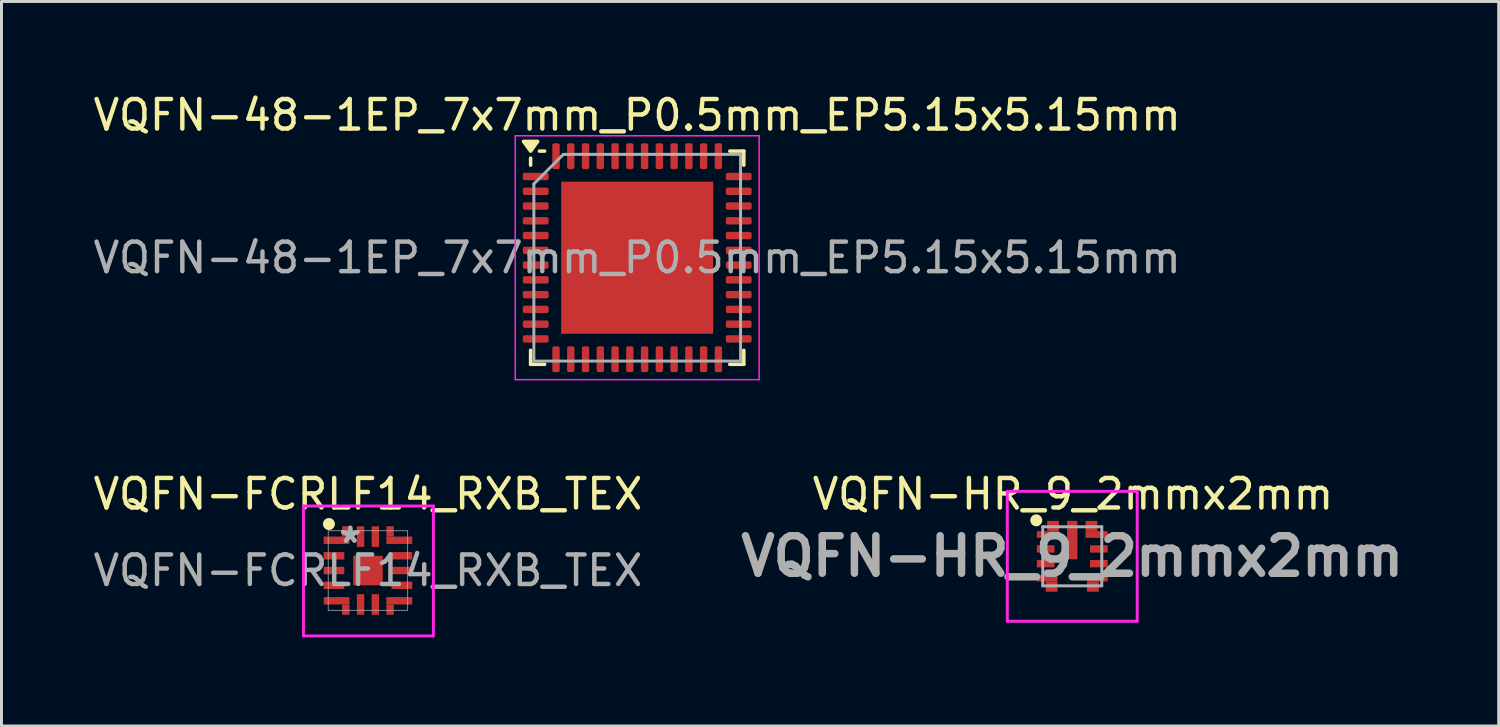
<source format=kicad_pcb>
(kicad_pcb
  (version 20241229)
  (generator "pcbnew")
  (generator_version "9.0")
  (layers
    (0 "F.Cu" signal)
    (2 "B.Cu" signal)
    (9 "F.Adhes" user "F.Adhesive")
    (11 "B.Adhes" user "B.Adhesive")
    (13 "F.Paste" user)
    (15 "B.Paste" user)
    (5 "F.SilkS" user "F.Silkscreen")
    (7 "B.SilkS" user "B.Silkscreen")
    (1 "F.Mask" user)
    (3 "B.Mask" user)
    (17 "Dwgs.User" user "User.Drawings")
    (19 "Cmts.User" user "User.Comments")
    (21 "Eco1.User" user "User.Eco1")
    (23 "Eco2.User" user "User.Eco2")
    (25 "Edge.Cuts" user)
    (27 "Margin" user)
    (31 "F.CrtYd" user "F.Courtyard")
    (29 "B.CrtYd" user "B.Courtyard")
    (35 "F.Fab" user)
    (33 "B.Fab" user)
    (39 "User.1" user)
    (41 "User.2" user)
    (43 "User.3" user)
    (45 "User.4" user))
  (footprint "VQFN-48-1EP_7x7mm_P0.5mm_EP5.15x5.15mm"
    (layer "F.Cu")
    (at 18.53 5.678)
    (property "Reference" "VQFN-48-1EP_7x7mm_P0.5mm_EP5.15x5.15mm" (at 0 -4.83 0) (layer "F.SilkS") (effects (font (size 1 1) (thickness 0.15))))
    (attr smd)
    (fp_line (start -3.61 -3.135) (end -3.61 -3.37) (stroke (width 0.12) (type solid)) (layer "F.SilkS"))
    (fp_line (start -3.61 3.61) (end -3.61 3.135) (stroke (width 0.12) (type solid)) (layer "F.SilkS"))
    (fp_line (start -3.135 -3.61) (end -3.31 -3.61) (stroke (width 0.12) (type solid)) (layer "F.SilkS"))
    (fp_line (start -3.135 3.61) (end -3.61 3.61) (stroke (width 0.12) (type solid)) (layer "F.SilkS"))
    (fp_line (start 3.135 -3.61) (end 3.61 -3.61) (stroke (width 0.12) (type solid)) (layer "F.SilkS"))
    (fp_line (start 3.135 3.61) (end 3.61 3.61) (stroke (width 0.12) (type solid)) (layer "F.SilkS"))
    (fp_line (start 3.61 -3.61) (end 3.61 -3.135) (stroke (width 0.12) (type solid)) (layer "F.SilkS"))
    (fp_line (start 3.61 3.61) (end 3.61 3.135) (stroke (width 0.12) (type solid)) (layer "F.SilkS"))
    (fp_poly (pts (xy -3.61 -3.61) (xy -3.85 -3.94) (xy -3.37 -3.94) (xy -3.61 -3.61)) (stroke (width 0.12) (type solid)) (fill yes) (layer "F.SilkS"))
    (fp_line (start -4.13 -4.13) (end -4.13 4.13) (stroke (width 0.05) (type solid)) (layer "F.CrtYd"))
    (fp_line (start -4.13 4.13) (end 4.13 4.13) (stroke (width 0.05) (type solid)) (layer "F.CrtYd"))
    (fp_line (start 4.13 -4.13) (end -4.13 -4.13) (stroke (width 0.05) (type solid)) (layer "F.CrtYd"))
    (fp_line (start 4.13 4.13) (end 4.13 -4.13) (stroke (width 0.05) (type solid)) (layer "F.CrtYd"))
    (fp_line (start -3.5 -2.5) (end -2.5 -3.5) (stroke (width 0.1) (type solid)) (layer "F.Fab"))
    (fp_line (start -3.5 3.5) (end -3.5 -2.5) (stroke (width 0.1) (type solid)) (layer "F.Fab"))
    (fp_line (start -2.5 -3.5) (end 3.5 -3.5) (stroke (width 0.1) (type solid)) (layer "F.Fab"))
    (fp_line (start 3.5 -3.5) (end 3.5 3.5) (stroke (width 0.1) (type solid)) (layer "F.Fab"))
    (fp_line (start 3.5 3.5) (end -3.5 3.5) (stroke (width 0.1) (type solid)) (layer "F.Fab"))
    (fp_text user "${REFERENCE}" (at 0 0 0) (layer "F.Fab") (effects (font (size 1 1) (thickness 0.15))))
    (pad "" smd roundrect (at -1.29 -1.29) (size 2.08 2.08) (layers "F.Paste") (roundrect_rratio 0.12))
    (pad "" smd roundrect (at -1.29 1.29) (size 2.08 2.08) (layers "F.Paste") (roundrect_rratio 0.12))
    (pad "" smd roundrect (at 1.29 -1.29) (size 2.08 2.08) (layers "F.Paste") (roundrect_rratio 0.12))
    (pad "" smd roundrect (at 1.29 1.29) (size 2.08 2.08) (layers "F.Paste") (roundrect_rratio 0.12))
    (pad "1" smd roundrect (at -3.438 -2.75) (size 0.875 0.25) (layers "F.Cu" "F.Mask" "F.Paste") (roundrect_rratio 0.25))
    (pad "2" smd roundrect (at -3.438 -2.25) (size 0.875 0.25) (layers "F.Cu" "F.Mask" "F.Paste") (roundrect_rratio 0.25))
    (pad "3" smd roundrect (at -3.438 -1.75) (size 0.875 0.25) (layers "F.Cu" "F.Mask" "F.Paste") (roundrect_rratio 0.25))
    (pad "4" smd roundrect (at -3.438 -1.25) (size 0.875 0.25) (layers "F.Cu" "F.Mask" "F.Paste") (roundrect_rratio 0.25))
    (pad "5" smd roundrect (at -3.438 -0.75) (size 0.875 0.25) (layers "F.Cu" "F.Mask" "F.Paste") (roundrect_rratio 0.25))
    (pad "6" smd roundrect (at -3.438 -0.25) (size 0.875 0.25) (layers "F.Cu" "F.Mask" "F.Paste") (roundrect_rratio 0.25))
    (pad "7" smd roundrect (at -3.438 0.25) (size 0.875 0.25) (layers "F.Cu" "F.Mask" "F.Paste") (roundrect_rratio 0.25))
    (pad "8" smd roundrect (at -3.438 0.75) (size 0.875 0.25) (layers "F.Cu" "F.Mask" "F.Paste") (roundrect_rratio 0.25))
    (pad "9" smd roundrect (at -3.438 1.25) (size 0.875 0.25) (layers "F.Cu" "F.Mask" "F.Paste") (roundrect_rratio 0.25))
    (pad "10" smd roundrect (at -3.438 1.75) (size 0.875 0.25) (layers "F.Cu" "F.Mask" "F.Paste") (roundrect_rratio 0.25))
    (pad "11" smd roundrect (at -3.438 2.25) (size 0.875 0.25) (layers "F.Cu" "F.Mask" "F.Paste") (roundrect_rratio 0.25))
    (pad "12" smd roundrect (at -3.438 2.75) (size 0.875 0.25) (layers "F.Cu" "F.Mask" "F.Paste") (roundrect_rratio 0.25))
    (pad "13" smd roundrect (at -2.75 3.438) (size 0.25 0.875) (layers "F.Cu" "F.Mask" "F.Paste") (roundrect_rratio 0.25))
    (pad "14" smd roundrect (at -2.25 3.438) (size 0.25 0.875) (layers "F.Cu" "F.Mask" "F.Paste") (roundrect_rratio 0.25))
    (pad "15" smd roundrect (at -1.75 3.438) (size 0.25 0.875) (layers "F.Cu" "F.Mask" "F.Paste") (roundrect_rratio 0.25))
    (pad "16" smd roundrect (at -1.25 3.438) (size 0.25 0.875) (layers "F.Cu" "F.Mask" "F.Paste") (roundrect_rratio 0.25))
    (pad "17" smd roundrect (at -0.75 3.438) (size 0.25 0.875) (layers "F.Cu" "F.Mask" "F.Paste") (roundrect_rratio 0.25))
    (pad "18" smd roundrect (at -0.25 3.438) (size 0.25 0.875) (layers "F.Cu" "F.Mask" "F.Paste") (roundrect_rratio 0.25))
    (pad "19" smd roundrect (at 0.25 3.438) (size 0.25 0.875) (layers "F.Cu" "F.Mask" "F.Paste") (roundrect_rratio 0.25))
    (pad "20" smd roundrect (at 0.75 3.438) (size 0.25 0.875) (layers "F.Cu" "F.Mask" "F.Paste") (roundrect_rratio 0.25))
    (pad "21" smd roundrect (at 1.25 3.438) (size 0.25 0.875) (layers "F.Cu" "F.Mask" "F.Paste") (roundrect_rratio 0.25))
    (pad "22" smd roundrect (at 1.75 3.438) (size 0.25 0.875) (layers "F.Cu" "F.Mask" "F.Paste") (roundrect_rratio 0.25))
    (pad "23" smd roundrect (at 2.25 3.438) (size 0.25 0.875) (layers "F.Cu" "F.Mask" "F.Paste") (roundrect_rratio 0.25))
    (pad "24" smd roundrect (at 2.75 3.438) (size 0.25 0.875) (layers "F.Cu" "F.Mask" "F.Paste") (roundrect_rratio 0.25))
    (pad "25" smd roundrect (at 3.438 2.75) (size 0.875 0.25) (layers "F.Cu" "F.Mask" "F.Paste") (roundrect_rratio 0.25))
    (pad "26" smd roundrect (at 3.438 2.25) (size 0.875 0.25) (layers "F.Cu" "F.Mask" "F.Paste") (roundrect_rratio 0.25))
    (pad "27" smd roundrect (at 3.438 1.75) (size 0.875 0.25) (layers "F.Cu" "F.Mask" "F.Paste") (roundrect_rratio 0.25))
    (pad "28" smd roundrect (at 3.438 1.25) (size 0.875 0.25) (layers "F.Cu" "F.Mask" "F.Paste") (roundrect_rratio 0.25))
    (pad "29" smd roundrect (at 3.438 0.75) (size 0.875 0.25) (layers "F.Cu" "F.Mask" "F.Paste") (roundrect_rratio 0.25))
    (pad "30" smd roundrect (at 3.438 0.25) (size 0.875 0.25) (layers "F.Cu" "F.Mask" "F.Paste") (roundrect_rratio 0.25))
    (pad "31" smd roundrect (at 3.438 -0.25) (size 0.875 0.25) (layers "F.Cu" "F.Mask" "F.Paste") (roundrect_rratio 0.25))
    (pad "32" smd roundrect (at 3.438 -0.75) (size 0.875 0.25) (layers "F.Cu" "F.Mask" "F.Paste") (roundrect_rratio 0.25))
    (pad "33" smd roundrect (at 3.438 -1.25) (size 0.875 0.25) (layers "F.Cu" "F.Mask" "F.Paste") (roundrect_rratio 0.25))
    (pad "34" smd roundrect (at 3.438 -1.75) (size 0.875 0.25) (layers "F.Cu" "F.Mask" "F.Paste") (roundrect_rratio 0.25))
    (pad "35" smd roundrect (at 3.438 -2.25) (size 0.875 0.25) (layers "F.Cu" "F.Mask" "F.Paste") (roundrect_rratio 0.25))
    (pad "36" smd roundrect (at 3.438 -2.75) (size 0.875 0.25) (layers "F.Cu" "F.Mask" "F.Paste") (roundrect_rratio 0.25))
    (pad "37" smd roundrect (at 2.75 -3.438) (size 0.25 0.875) (layers "F.Cu" "F.Mask" "F.Paste") (roundrect_rratio 0.25))
    (pad "38" smd roundrect (at 2.25 -3.438) (size 0.25 0.875) (layers "F.Cu" "F.Mask" "F.Paste") (roundrect_rratio 0.25))
    (pad "39" smd roundrect (at 1.75 -3.438) (size 0.25 0.875) (layers "F.Cu" "F.Mask" "F.Paste") (roundrect_rratio 0.25))
    (pad "40" smd roundrect (at 1.25 -3.438) (size 0.25 0.875) (layers "F.Cu" "F.Mask" "F.Paste") (roundrect_rratio 0.25))
    (pad "41" smd roundrect (at 0.75 -3.438) (size 0.25 0.875) (layers "F.Cu" "F.Mask" "F.Paste") (roundrect_rratio 0.25))
    (pad "42" smd roundrect (at 0.25 -3.438) (size 0.25 0.875) (layers "F.Cu" "F.Mask" "F.Paste") (roundrect_rratio 0.25))
    (pad "43" smd roundrect (at -0.25 -3.438) (size 0.25 0.875) (layers "F.Cu" "F.Mask" "F.Paste") (roundrect_rratio 0.25))
    (pad "44" smd roundrect (at -0.75 -3.438) (size 0.25 0.875) (layers "F.Cu" "F.Mask" "F.Paste") (roundrect_rratio 0.25))
    (pad "45" smd roundrect (at -1.25 -3.438) (size 0.25 0.875) (layers "F.Cu" "F.Mask" "F.Paste") (roundrect_rratio 0.25))
    (pad "46" smd roundrect (at -1.75 -3.438) (size 0.25 0.875) (layers "F.Cu" "F.Mask" "F.Paste") (roundrect_rratio 0.25))
    (pad "47" smd roundrect (at -2.25 -3.438) (size 0.25 0.875) (layers "F.Cu" "F.Mask" "F.Paste") (roundrect_rratio 0.25))
    (pad "48" smd roundrect (at -2.75 -3.438) (size 0.25 0.875) (layers "F.Cu" "F.Mask" "F.Paste") (roundrect_rratio 0.25))
    (pad "49" smd rect (at 0 0) (size 5.15 5.15) (property pad_prop_heatsink) (layers "F.Cu" "F.Mask")))
  (footprint "VQFN-HR_9_2mmx2mm"
    (layer "F.Cu")
    (at 33.264 15.79)
    (property "Reference" "VQFN-HR_9_2mmx2mm" (at 0.025 -2.108 0) (layer "F.SilkS") (effects (font (size 1 1) (thickness 0.15))))
    (attr smd)
    (fp_circle (center -1.219 -1.219) (end -1.067 -1.219) (stroke (width 0.1) (type solid)) (fill yes) (layer "F.SilkS"))
    (fp_line (start -2.2 -2.2) (end 2.2 -2.2) (stroke (width 0.1) (type solid)) (layer "F.CrtYd"))
    (fp_line (start -2.2 2.199) (end -2.2 -2.2) (stroke (width 0.1) (type solid)) (layer "F.CrtYd"))
    (fp_line (start 2.2 -2.2) (end 2.2 2.199) (stroke (width 0.1) (type solid)) (layer "F.CrtYd"))
    (fp_line (start 2.2 2.199) (end -2.2 2.199) (stroke (width 0.1) (type solid)) (layer "F.CrtYd"))
    (fp_line (start -1 -1) (end -1 1) (stroke (width 0.1) (type solid)) (layer "F.Fab"))
    (fp_line (start -1 1) (end 1 1) (stroke (width 0.1) (type solid)) (layer "F.Fab"))
    (fp_line (start 1 -1) (end -1 -1) (stroke (width 0.1) (type solid)) (layer "F.Fab"))
    (fp_line (start 1 1) (end 1 -1) (stroke (width 0.1) (type solid)) (layer "F.Fab"))
    (fp_text user "${REFERENCE}" (at 0 -0.001 0) (layer "F.Fab") (effects (font (size 1.27 1.27) (thickness 0.254))))
    (pad "1" smd rect (at -0.825 -0.738 90) (size 0.225 0.75) (layers "F.Cu" "F.Mask" "F.Paste"))
    (pad "1" smd rect (at -0.65 -1.024 90) (size 0.35 0.4) (layers "F.Cu" "F.Mask" "F.Paste"))
    (pad "2" smd rect (at -0.9 -0.25 90) (size 0.25 0.6) (layers "F.Cu" "F.Mask" "F.Paste"))
    (pad "3" smd rect (at -0.9 0.25 90) (size 0.25 0.6) (layers "F.Cu" "F.Mask" "F.Paste"))
    (pad "4" smd rect (at -0.85 0.738 90) (size 0.225 0.7) (layers "F.Cu" "F.Mask" "F.Paste"))
    (pad "4" smd rect (at -0.7 1.024 90) (size 0.35 0.4) (layers "F.Cu" "F.Mask" "F.Paste"))
    (pad "5" smd rect (at 0.7 1.024 90) (size 0.35 0.4) (layers "F.Cu" "F.Mask" "F.Paste"))
    (pad "5" smd rect (at 0.85 0.738 90) (size 0.225 0.7) (layers "F.Cu" "F.Mask" "F.Paste"))
    (pad "6" smd rect (at 0.9 0.25 90) (size 0.25 0.6) (layers "F.Cu" "F.Mask" "F.Paste"))
    (pad "7" smd rect (at 0.9 -0.25 90) (size 0.25 0.6) (layers "F.Cu" "F.Mask" "F.Paste"))
    (pad "8" smd rect (at 0.65 -1.024 90) (size 0.35 0.4) (layers "F.Cu" "F.Mask" "F.Paste"))
    (pad "8" smd rect (at 0.825 -0.738 90) (size 0.225 0.75) (layers "F.Cu" "F.Mask" "F.Paste"))
    (pad "9" smd rect (at 0 -0.55) (size 0.35 1.3) (layers "F.Cu" "F.Mask" "F.Paste")))
  (footprint "VQFN-FCRLF14_RXB_TEX"
    (layer "F.Cu")
    (at 9.411 16.272)
    (property "Reference" "VQFN-FCRLF14_RXB_TEX" (at 0 -2.591 0) (unlocked yes) (layer "F.SilkS") (effects (font (size 1 1) (thickness 0.15))))
    (attr smd)
    (fp_circle (center -1.321 -1.575) (end -1.168 -1.575) (stroke (width 0.1) (type solid)) (fill yes) (layer "F.SilkS"))
    (fp_line (start -2.184 -2.184) (end 2.216 -2.184) (stroke (width 0.1) (type solid)) (layer "F.CrtYd"))
    (fp_line (start -2.184 2.215) (end -2.184 -2.184) (stroke (width 0.1) (type solid)) (layer "F.CrtYd"))
    (fp_line (start 2.216 -2.184) (end 2.216 2.215) (stroke (width 0.1) (type solid)) (layer "F.CrtYd"))
    (fp_line (start 2.216 2.215) (end -2.184 2.215) (stroke (width 0.1) (type solid)) (layer "F.CrtYd"))
    (fp_line (start -1.346 -1.346) (end -1.346 1.346) (stroke (width 0.025) (type solid)) (layer "F.Fab"))
    (fp_line (start -1.346 1.346) (end 1.346 1.346) (stroke (width 0.025) (type solid)) (layer "F.Fab"))
    (fp_line (start 1.346 -1.346) (end -1.346 -1.346) (stroke (width 0.025) (type solid)) (layer "F.Fab"))
    (fp_line (start 1.346 1.346) (end 1.346 -1.346) (stroke (width 0.025) (type solid)) (layer "F.Fab"))
    (fp_text user "${REFERENCE}" (at 0 0 0) (unlocked yes) (layer "F.Fab") (effects (font (size 1 1) (thickness 0.15))))
    (fp_text user "*" (at -0.6 -0.9 0) (layer "F.Fab") (effects (font (size 1 1) (thickness 0.15))))
    (fp_text user "*" (at -0.6 -0.9 0) (unlocked yes) (layer "F.Fab") (effects (font (size 1 1) (thickness 0.15))))
    (pad "1" smd rect (at -1.062 -1.025) (size 0.875 0.25) (layers "F.Cu" "F.Mask" "F.Paste"))
    (pad "1" smd rect (at -0.75 -1.325) (size 0.25 0.35) (layers "F.Cu" "F.Mask" "F.Paste"))
    (pad "2" smd rect (at -1.15 -0.5) (size 0.7 0.25) (layers "F.Cu" "F.Mask" "F.Paste"))
    (pad "3" smd rect (at -1.15 0) (size 0.7 0.25) (layers "F.Cu" "F.Mask" "F.Paste"))
    (pad "4" smd rect (at -1.15 0.5) (size 0.7 0.25) (layers "F.Cu" "F.Mask" "F.Paste"))
    (pad "5" smd rect (at -1.062 1.025) (size 0.875 0.25) (layers "F.Cu" "F.Mask" "F.Paste"))
    (pad "5" smd rect (at -0.75 1.325) (size 0.25 0.35) (layers "F.Cu" "F.Mask" "F.Paste"))
    (pad "6" smd rect (at -0.25 1.15 90) (size 0.7 0.25) (layers "F.Cu" "F.Mask" "F.Paste"))
    (pad "7" smd rect (at 0.25 1.15 90) (size 0.7 0.25) (layers "F.Cu" "F.Mask" "F.Paste"))
    (pad "8" smd rect (at 0.75 1.325) (size 0.25 0.35) (layers "F.Cu" "F.Mask" "F.Paste"))
    (pad "8" smd rect (at 1.062 1.025) (size 0.875 0.25) (layers "F.Cu" "F.Mask" "F.Paste"))
    (pad "9" smd rect (at 1.15 0.5) (size 0.7 0.25) (layers "F.Cu" "F.Mask" "F.Paste"))
    (pad "10" smd rect (at 1.15 0) (size 0.7 0.25) (layers "F.Cu" "F.Mask" "F.Paste"))
    (pad "11" smd rect (at 1.15 -0.5) (size 0.7 0.25) (layers "F.Cu" "F.Mask" "F.Paste"))
    (pad "12" smd rect (at 0.75 -1.325) (size 0.25 0.35) (layers "F.Cu" "F.Mask" "F.Paste"))
    (pad "12" smd rect (at 1.062 -1.025) (size 0.875 0.25) (layers "F.Cu" "F.Mask" "F.Paste"))
    (pad "13" smd rect (at 0.25 -1.15 90) (size 0.7 0.25) (layers "F.Cu" "F.Mask" "F.Paste"))
    (pad "14" smd rect (at -0.25 -1.15 90) (size 0.7 0.25) (layers "F.Cu" "F.Mask" "F.Paste"))
    (pad "15" smd rect (at 0 0 90) (size 1 1) (layers "F.Cu" "F.Mask" "F.Paste")))
  (gr_rect
    (start -3 -3)
    (end 47.706 21.537)
    (stroke (width 0.1) (type default))
    (fill no)
    (layer "Edge.Cuts")))
</source>
